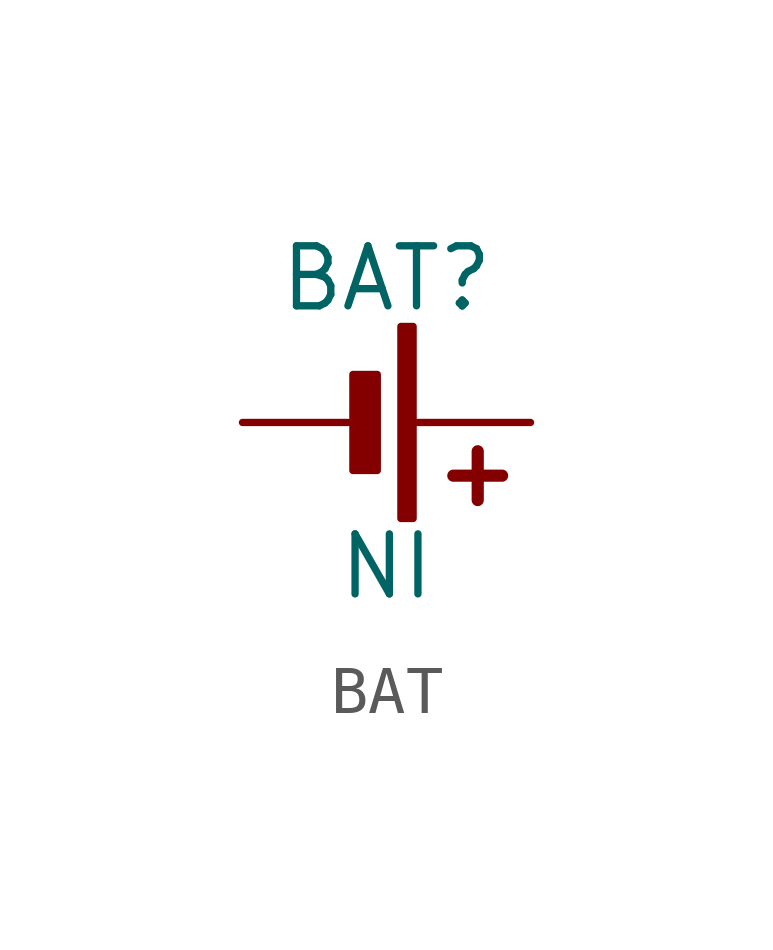
<source format=kicad_sym>
(kicad_symbol_lib
  (version 20241209)
  (generator "kicad_symbol_editor")
  (generator_version "9.0")
  (symbol "BAT"
    (pin_numbers
      (hide yes))
    (pin_names
      (offset 0)
      (hide yes))
    (property "Reference" "BAT"
      (at 3 3 0)
      (do_not_autoplace)
      (effects (font (size 1.25 1.25))))
    (property "Value" "NI"
      (at 3 -3 0)
      (do_not_autoplace)
      (effects (font (size 1.25 1.25))))
    (symbol "BAT_0_1"
      (rectangle (start 2.3 1) (end 2.808 -1) (stroke (width 0) (type default)) (fill (type outline)))
      (rectangle (start 3.3 2) (end 3.554 -2) (stroke (width 0) (type default)) (fill (type outline)))
      (polyline (pts (xy 4.9 -0.6) (xy 4.9 -1.616)) (stroke (width 0.254) (type default)) (fill (type none)))
      (polyline (pts (xy 5.408 -1.108) (xy 4.392 -1.108)) (stroke (width 0.254) (type default)) (fill (type none))))
    (symbol "BAT_1_1"
      (pin passive line (at 0 0 0) (length 2.2) (name "N" (effects (font (size 1.25 1.25)))) (number "N" (effects (font (size 1.25 1.25)))))
      (pin passive line (at 6 0 180) (length 2.4) (name "P" (effects (font (size 1.25 1.25)))) (number "P" (effects (font (size 1.25 1.25))))))))
</source>
